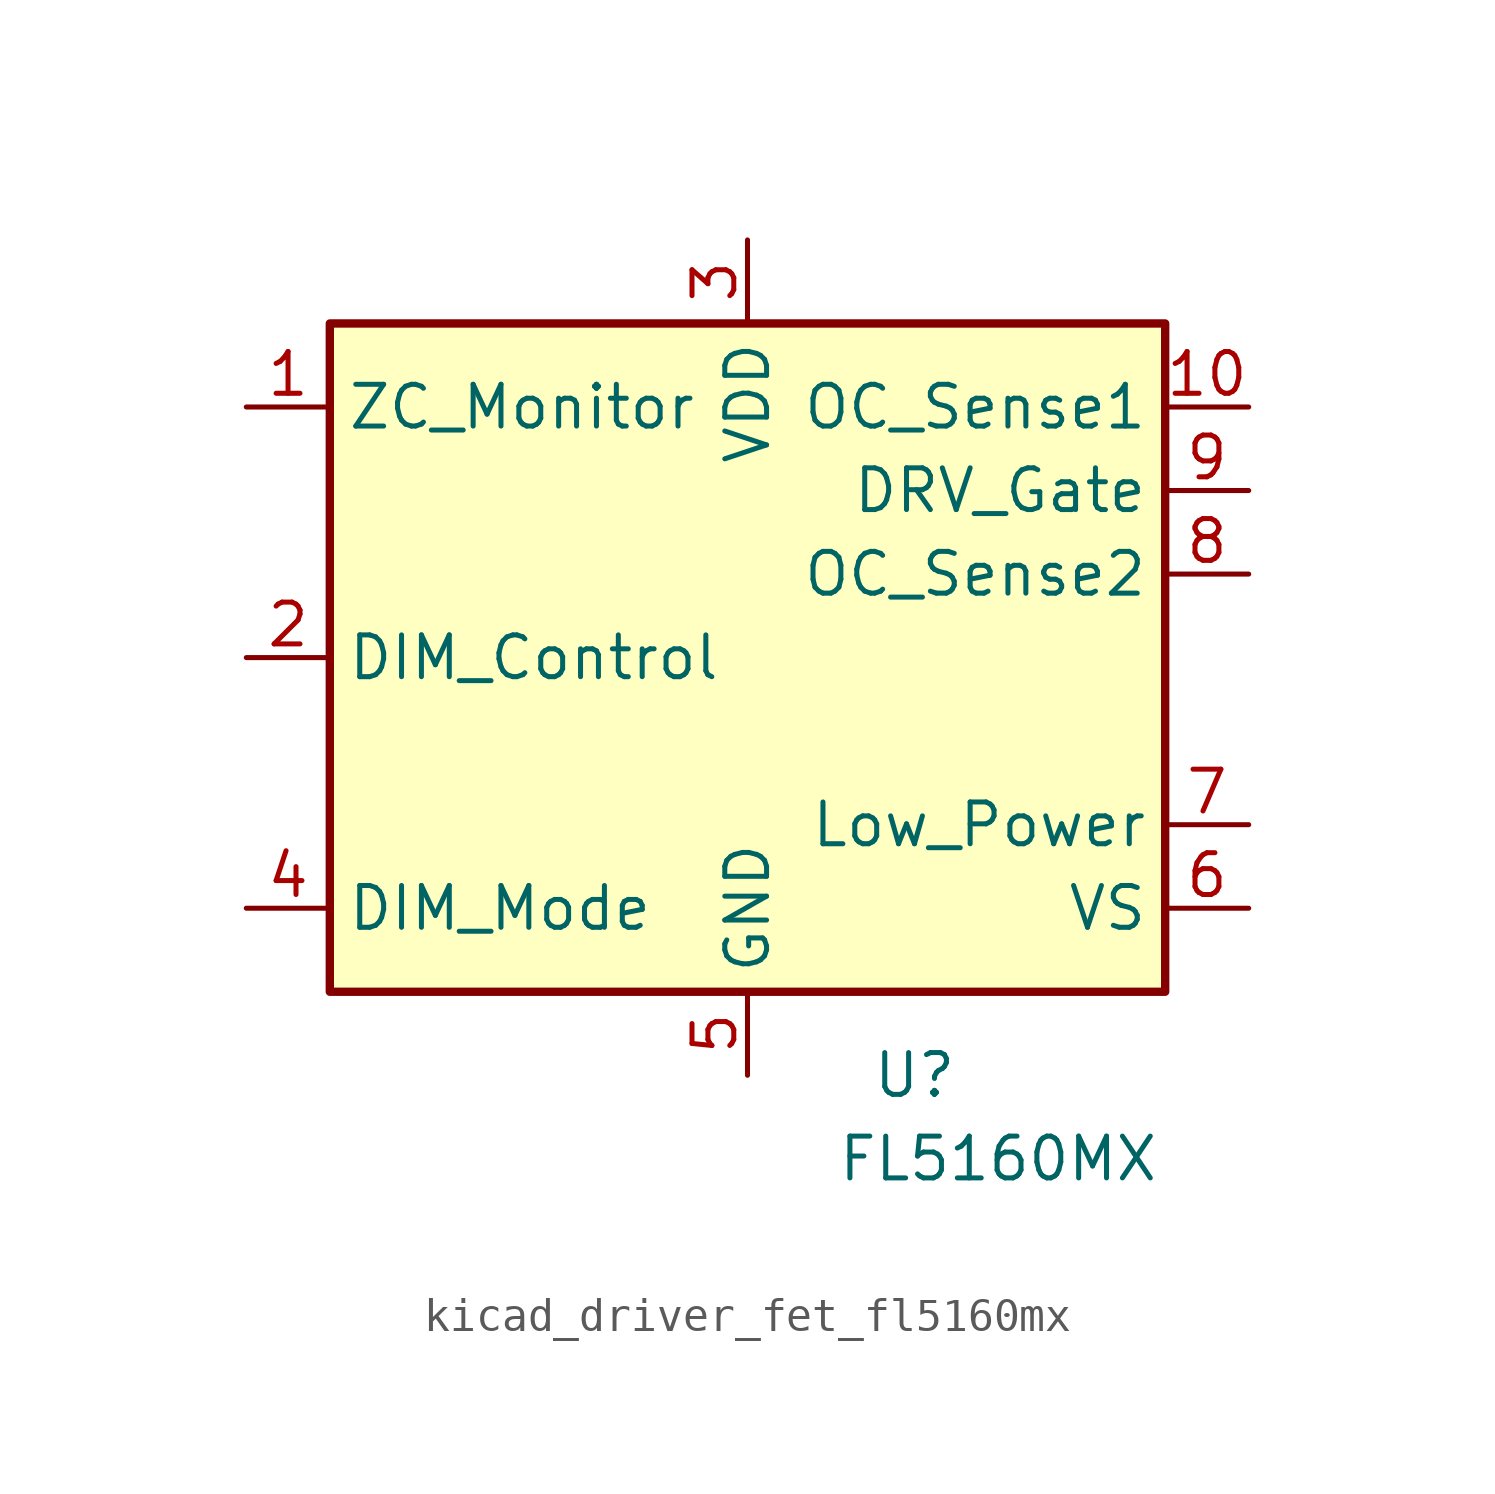
<source format=kicad_sym>
(kicad_symbol_lib
  (version 20220914)
  (generator kicad_symbol_editor)
  (symbol "kicad_driver_fet_fl5160mx"
    (property "Reference" "U"
      (at 5.08 -12.7 0)
      (effects (font (size 1.27 1.27))))
    (property "Value" "FL5160MX"
      (at 7.62 -15.24 0)
      (effects (font (size 1.27 1.27))))
    (symbol "kicad_driver_fet_fl5160mx_0_1"
      (rectangle (start -12.7 10.16) (end 12.7 -10.16) (stroke (width 0.254) (type default)) (fill (type background))))
    (symbol "kicad_driver_fet_fl5160mx_1_1"
      (pin input line (at -15.24 7.62 0) (length 2.54) (name "ZC_Monitor" (effects (font (size 1.27 1.27)))) (number "1" (effects (font (size 1.27 1.27)))))
      (pin input line (at 15.24 7.62 180) (length 2.54) (name "OC_Sense1" (effects (font (size 1.27 1.27)))) (number "10" (effects (font (size 1.27 1.27)))))
      (pin input line (at -15.24 0 0) (length 2.54) (name "DIM_Control" (effects (font (size 1.27 1.27)))) (number "2" (effects (font (size 1.27 1.27)))))
      (pin power_out line (at 0 12.7 270) (length 2.54) (name "VDD" (effects (font (size 1.27 1.27)))) (number "3" (effects (font (size 1.27 1.27)))))
      (pin input line (at -15.24 -7.62 0) (length 2.54) (name "DIM_Mode" (effects (font (size 1.27 1.27)))) (number "4" (effects (font (size 1.27 1.27)))))
      (pin power_out line (at 0 -12.7 90) (length 2.54) (name "GND" (effects (font (size 1.27 1.27)))) (number "5" (effects (font (size 1.27 1.27)))))
      (pin power_in line (at 15.24 -7.62 180) (length 2.54) (name "VS" (effects (font (size 1.27 1.27)))) (number "6" (effects (font (size 1.27 1.27)))))
      (pin input line (at 15.24 -5.08 180) (length 2.54) (name "Low_Power" (effects (font (size 1.27 1.27)))) (number "7" (effects (font (size 1.27 1.27)))))
      (pin input line (at 15.24 2.54 180) (length 2.54) (name "OC_Sense2" (effects (font (size 1.27 1.27)))) (number "8" (effects (font (size 1.27 1.27)))))
      (pin output line (at 15.24 5.08 180) (length 2.54) (name "DRV_Gate" (effects (font (size 1.27 1.27)))) (number "9" (effects (font (size 1.27 1.27))))))))
</source>
